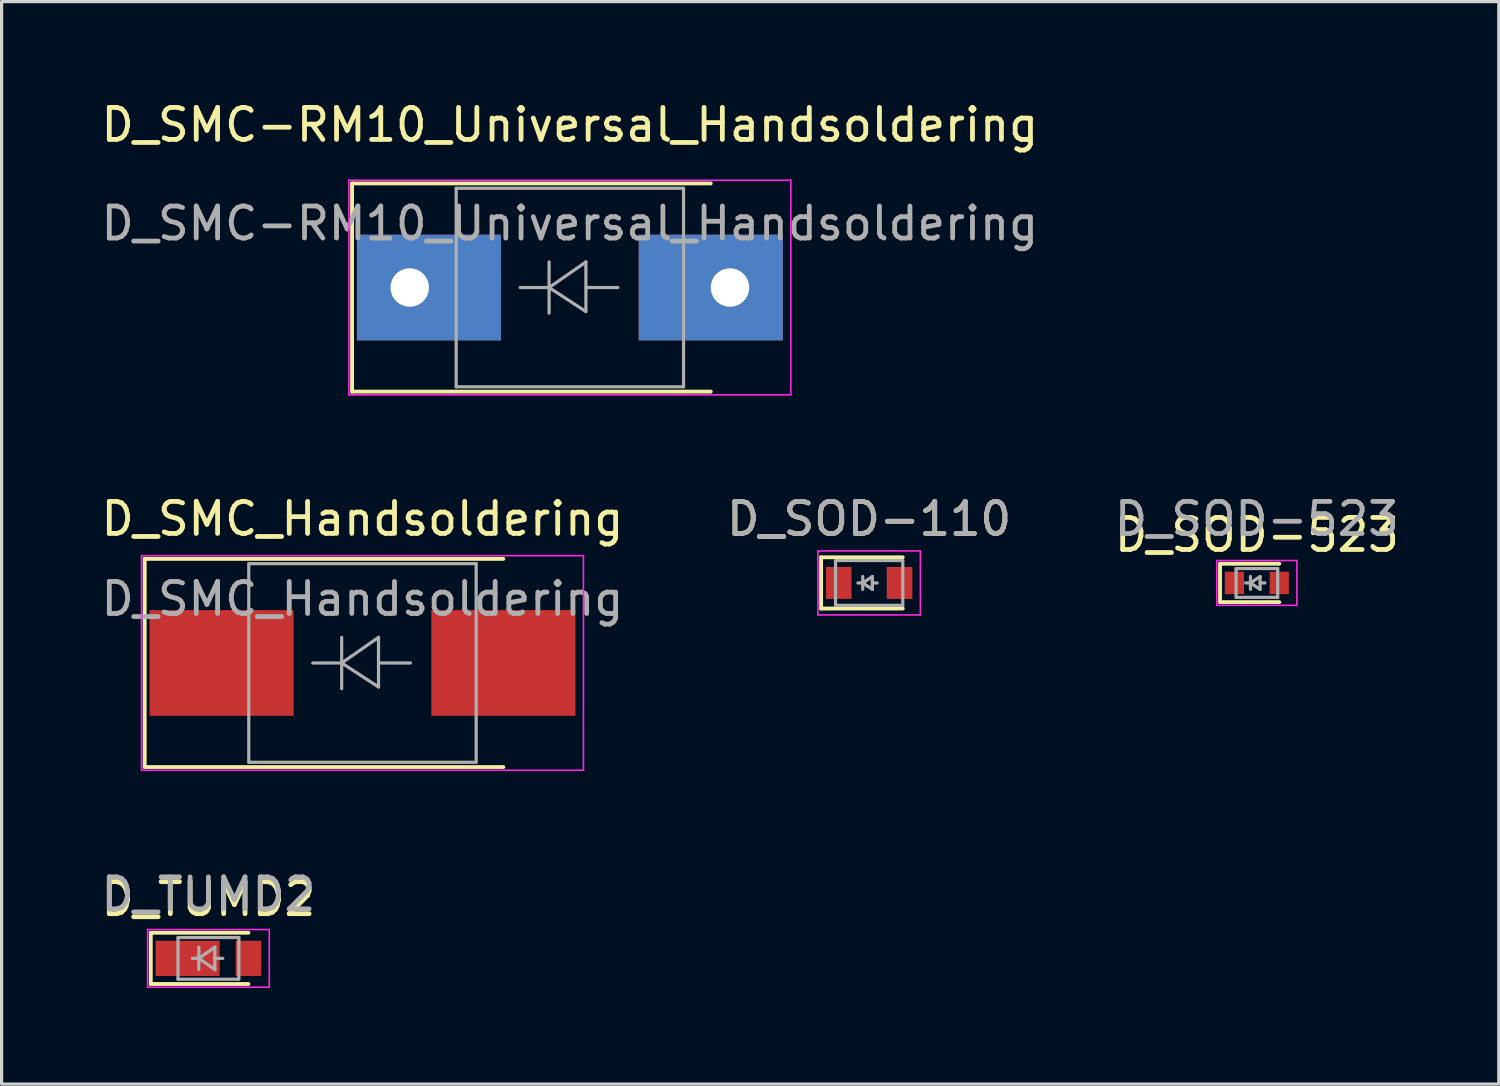
<source format=kicad_pcb>
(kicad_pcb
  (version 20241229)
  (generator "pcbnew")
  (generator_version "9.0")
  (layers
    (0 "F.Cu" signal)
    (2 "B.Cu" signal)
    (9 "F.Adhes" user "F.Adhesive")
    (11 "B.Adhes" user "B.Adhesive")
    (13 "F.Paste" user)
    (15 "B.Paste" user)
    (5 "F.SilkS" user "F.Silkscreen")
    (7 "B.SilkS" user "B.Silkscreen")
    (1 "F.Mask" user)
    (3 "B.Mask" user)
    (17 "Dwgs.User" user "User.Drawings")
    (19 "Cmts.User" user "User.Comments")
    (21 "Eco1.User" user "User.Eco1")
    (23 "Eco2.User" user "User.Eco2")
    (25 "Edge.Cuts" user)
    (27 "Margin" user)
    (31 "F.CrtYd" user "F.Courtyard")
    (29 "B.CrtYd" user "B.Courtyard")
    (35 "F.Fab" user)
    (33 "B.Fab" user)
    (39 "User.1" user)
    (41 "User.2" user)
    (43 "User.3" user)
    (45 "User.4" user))
  (footprint "D_SMC_Handsoldering"
    (layer "F.Cu")
    (at 8.268 17.651)
    (property "Reference" "D_SMC_Handsoldering" (at 0 -4.5 0) (layer "F.SilkS") (effects (font (size 1 1) (thickness 0.15))))
    (attr smd)
    (fp_line (start -6.8 -3.25) (end 4.4 -3.25) (stroke (width 0.12) (type solid)) (layer "F.SilkS"))
    (fp_line (start -6.8 3.25) (end -6.8 -3.25) (stroke (width 0.12) (type solid)) (layer "F.SilkS"))
    (fp_line (start -6.8 3.25) (end 4.4 3.25) (stroke (width 0.12) (type solid)) (layer "F.SilkS"))
    (fp_line (start -6.9 -3.35) (end 6.9 -3.35) (stroke (width 0.05) (type solid)) (layer "F.CrtYd"))
    (fp_line (start -6.9 3.35) (end -6.9 -3.35) (stroke (width 0.05) (type solid)) (layer "F.CrtYd"))
    (fp_line (start 6.9 -3.35) (end 6.9 3.35) (stroke (width 0.05) (type solid)) (layer "F.CrtYd"))
    (fp_line (start 6.9 3.35) (end -6.9 3.35) (stroke (width 0.05) (type solid)) (layer "F.CrtYd"))
    (fp_line (start -3.55 3.1) (end -3.55 -3.1) (stroke (width 0.1) (type solid)) (layer "F.Fab"))
    (fp_line (start -0.649 -0.799) (end -0.649 0.801) (stroke (width 0.1) (type solid)) (layer "F.Fab"))
    (fp_line (start -0.649 0.001) (end -1.551 0.001) (stroke (width 0.1) (type solid)) (layer "F.Fab"))
    (fp_line (start -0.649 0.001) (end 0.501 -0.799) (stroke (width 0.1) (type solid)) (layer "F.Fab"))
    (fp_line (start -0.649 0.001) (end 0.501 0.75) (stroke (width 0.1) (type solid)) (layer "F.Fab"))
    (fp_line (start 0.501 0.001) (end 1.499 0.001) (stroke (width 0.1) (type solid)) (layer "F.Fab"))
    (fp_line (start 0.501 0.75) (end 0.501 -0.799) (stroke (width 0.1) (type solid)) (layer "F.Fab"))
    (fp_line (start 3.55 -3.1) (end -3.55 -3.1) (stroke (width 0.1) (type solid)) (layer "F.Fab"))
    (fp_line (start 3.55 -3.1) (end 3.55 3.1) (stroke (width 0.1) (type solid)) (layer "F.Fab"))
    (fp_line (start 3.55 3.1) (end -3.55 3.1) (stroke (width 0.1) (type solid)) (layer "F.Fab"))
    (fp_text user "${REFERENCE}" (at 0 -2 0) (layer "F.Fab") (effects (font (size 1 1) (thickness 0.15))))
    (pad "1" smd rect (at -4.4 0 90) (size 3.3 4.5) (layers "F.Cu" "F.Mask" "F.Paste"))
    (pad "2" smd rect (at 4.4 0 90) (size 3.3 4.5) (layers "F.Cu" "F.Mask" "F.Paste")))
  (footprint "D_SMC-RM10_Universal_Handsoldering"
    (layer "F.Cu")
    (at 14.744 5.928)
    (property "Reference" "D_SMC-RM10_Universal_Handsoldering" (at 0 -5.08 0) (layer "F.SilkS") (effects (font (size 1 1) (thickness 0.15))))
    (attr through_hole)
    (fp_line (start -6.8 -3.25) (end 4.4 -3.25) (stroke (width 0.12) (type solid)) (layer "F.SilkS"))
    (fp_line (start -6.8 3.25) (end -6.8 -3.25) (stroke (width 0.12) (type solid)) (layer "F.SilkS"))
    (fp_line (start -6.8 3.25) (end 4.4 3.25) (stroke (width 0.12) (type solid)) (layer "F.SilkS"))
    (fp_line (start -6.9 -3.35) (end 6.9 -3.35) (stroke (width 0.05) (type solid)) (layer "F.CrtYd"))
    (fp_line (start -6.9 3.35) (end -6.9 -3.35) (stroke (width 0.05) (type solid)) (layer "F.CrtYd"))
    (fp_line (start 6.9 -3.35) (end 6.9 3.35) (stroke (width 0.05) (type solid)) (layer "F.CrtYd"))
    (fp_line (start 6.9 3.35) (end -6.9 3.35) (stroke (width 0.05) (type solid)) (layer "F.CrtYd"))
    (fp_line (start -3.55 3.1) (end -3.55 -3.1) (stroke (width 0.1) (type solid)) (layer "F.Fab"))
    (fp_line (start -0.649 -0.799) (end -0.649 0.801) (stroke (width 0.1) (type solid)) (layer "F.Fab"))
    (fp_line (start -0.649 0.001) (end -1.551 0.001) (stroke (width 0.1) (type solid)) (layer "F.Fab"))
    (fp_line (start -0.649 0.001) (end 0.501 -0.799) (stroke (width 0.1) (type solid)) (layer "F.Fab"))
    (fp_line (start -0.649 0.001) (end 0.501 0.75) (stroke (width 0.1) (type solid)) (layer "F.Fab"))
    (fp_line (start 0.501 0.001) (end 1.499 0.001) (stroke (width 0.1) (type solid)) (layer "F.Fab"))
    (fp_line (start 0.501 0.75) (end 0.501 -0.799) (stroke (width 0.1) (type solid)) (layer "F.Fab"))
    (fp_line (start 3.55 -3.1) (end -3.55 -3.1) (stroke (width 0.1) (type solid)) (layer "F.Fab"))
    (fp_line (start 3.55 -3.1) (end 3.55 3.1) (stroke (width 0.1) (type solid)) (layer "F.Fab"))
    (fp_line (start 3.55 3.1) (end -3.55 3.1) (stroke (width 0.1) (type solid)) (layer "F.Fab"))
    (fp_text user "${REFERENCE}" (at 0 -2 0) (layer "F.Fab") (effects (font (size 1 1) (thickness 0.15))))
    (pad "1" thru_hole rect (at -5 0) (size 4.5 3.3) (drill 1.2 (offset 0.6 0)) (layers "*.Cu" "*.Mask"))
    (pad "2" thru_hole rect (at 5 0 180) (size 4.5 3.3) (drill 1.2 (offset 0.6 0)) (layers "*.Cu" "*.Mask")))
  (footprint "D_SOD-110"
    (layer "F.Cu")
    (at 24.089 15.152)
    (property "Reference" "D_SOD-110" (at 0 -2 0) (layer "F.SilkS") (effects (font (size 1 1) (thickness 0.15))))
    (attr smd)
    (fp_line (start -1.5 -0.8) (end -1.5 0.8) (stroke (width 0.12) (type solid)) (layer "F.SilkS"))
    (fp_line (start -1.5 -0.8) (end 1.05 -0.8) (stroke (width 0.12) (type solid)) (layer "F.SilkS"))
    (fp_line (start -1.5 0.8) (end 1.05 0.8) (stroke (width 0.12) (type solid)) (layer "F.SilkS"))
    (fp_line (start -1.6 -1) (end -1.6 1) (stroke (width 0.05) (type solid)) (layer "F.CrtYd"))
    (fp_line (start -1.6 -1) (end 1.6 -1) (stroke (width 0.05) (type solid)) (layer "F.CrtYd"))
    (fp_line (start 1.6 -1) (end 1.6 1) (stroke (width 0.05) (type solid)) (layer "F.CrtYd"))
    (fp_line (start 1.6 1) (end -1.6 1) (stroke (width 0.05) (type solid)) (layer "F.CrtYd"))
    (fp_line (start -1.05 -0.7) (end -1.05 0.7) (stroke (width 0.1) (type solid)) (layer "F.Fab"))
    (fp_line (start -1.05 0.7) (end 1.05 0.7) (stroke (width 0.1) (type solid)) (layer "F.Fab"))
    (fp_line (start -0.2 0) (end -0.35 0) (stroke (width 0.1) (type solid)) (layer "F.Fab"))
    (fp_line (start -0.2 0) (end 0.1 0.2) (stroke (width 0.1) (type solid)) (layer "F.Fab"))
    (fp_line (start -0.2 0.2) (end -0.2 -0.2) (stroke (width 0.1) (type solid)) (layer "F.Fab"))
    (fp_line (start 0.1 -0.2) (end -0.2 0) (stroke (width 0.1) (type solid)) (layer "F.Fab"))
    (fp_line (start 0.1 0) (end 0.25 0) (stroke (width 0.1) (type solid)) (layer "F.Fab"))
    (fp_line (start 0.1 0.2) (end 0.1 -0.2) (stroke (width 0.1) (type solid)) (layer "F.Fab"))
    (fp_line (start 1.05 -0.7) (end -1.05 -0.7) (stroke (width 0.1) (type solid)) (layer "F.Fab"))
    (fp_line (start 1.05 0.7) (end 1.05 -0.7) (stroke (width 0.1) (type solid)) (layer "F.Fab"))
    (fp_text user "${REFERENCE}" (at 0 -2 0) (layer "F.Fab") (effects (font (size 1 1) (thickness 0.15))))
    (pad "1" smd rect (at -0.95 0) (size 0.8 1) (layers "F.Cu" "F.Mask" "F.Paste"))
    (pad "2" smd rect (at 0.95 0) (size 0.8 1) (layers "F.Cu" "F.Mask" "F.Paste")))
  (footprint "D_TUMD2"
    (layer "F.Cu")
    (at 3.458 26.875)
    (property "Reference" "D_TUMD2" (at 0 -1.85 0) (layer "F.SilkS") (effects (font (size 1 1) (thickness 0.15))))
    (attr smd)
    (fp_line (start -1.8 -0.8) (end 1.25 -0.8) (stroke (width 0.12) (type solid)) (layer "F.SilkS"))
    (fp_line (start -1.8 0.8) (end -1.8 -0.8) (stroke (width 0.12) (type solid)) (layer "F.SilkS"))
    (fp_line (start 1.25 0.8) (end -1.8 0.8) (stroke (width 0.12) (type solid)) (layer "F.SilkS"))
    (fp_line (start -1.9 -0.9) (end 1.9 -0.9) (stroke (width 0.05) (type solid)) (layer "F.CrtYd"))
    (fp_line (start -1.9 0.9) (end -1.9 -0.9) (stroke (width 0.05) (type solid)) (layer "F.CrtYd"))
    (fp_line (start 1.9 -0.9) (end 1.9 0.9) (stroke (width 0.05) (type solid)) (layer "F.CrtYd"))
    (fp_line (start 1.9 0.9) (end -1.9 0.9) (stroke (width 0.05) (type solid)) (layer "F.CrtYd"))
    (fp_line (start -0.95 -0.65) (end 0.95 -0.65) (stroke (width 0.1) (type solid)) (layer "F.Fab"))
    (fp_line (start -0.95 0.65) (end -0.95 -0.65) (stroke (width 0.1) (type solid)) (layer "F.Fab"))
    (fp_line (start -0.3 -0.35) (end -0.3 0.35) (stroke (width 0.1) (type solid)) (layer "F.Fab"))
    (fp_line (start -0.3 0) (end -0.5 0) (stroke (width 0.1) (type solid)) (layer "F.Fab"))
    (fp_line (start -0.3 0) (end 0.2 -0.35) (stroke (width 0.1) (type solid)) (layer "F.Fab"))
    (fp_line (start 0.2 -0.35) (end 0.2 0.35) (stroke (width 0.1) (type solid)) (layer "F.Fab"))
    (fp_line (start 0.2 0) (end 0.45 0) (stroke (width 0.1) (type solid)) (layer "F.Fab"))
    (fp_line (start 0.2 0.35) (end -0.3 0) (stroke (width 0.1) (type solid)) (layer "F.Fab"))
    (fp_line (start 0.95 -0.65) (end 0.95 0.65) (stroke (width 0.1) (type solid)) (layer "F.Fab"))
    (fp_line (start 0.95 0.65) (end -0.95 0.65) (stroke (width 0.1) (type solid)) (layer "F.Fab"))
    (fp_text user "${REFERENCE}" (at 0 -2 0) (layer "F.Fab") (effects (font (size 1 1) (thickness 0.15))))
    (pad "1" smd rect (at -0.65 0 180) (size 2 1.1) (layers "F.Cu" "F.Mask" "F.Paste"))
    (pad "2" smd rect (at 1.25 0 180) (size 0.8 1.1) (layers "F.Cu" "F.Mask" "F.Paste")))
  (footprint "D_SOD-523"
    (layer "F.Cu")
    (at 36.196 15.152)
    (property "Reference" "D_SOD-523" (at 0 -1.5 0) (layer "F.SilkS") (effects (font (size 1 1) (thickness 0.15))))
    (attr smd)
    (fp_line (start -1.15 -0.6) (end -1.15 0.6) (stroke (width 0.12) (type solid)) (layer "F.SilkS"))
    (fp_line (start 0.7 -0.6) (end -1.15 -0.6) (stroke (width 0.12) (type solid)) (layer "F.SilkS"))
    (fp_line (start 0.7 0.6) (end -1.15 0.6) (stroke (width 0.12) (type solid)) (layer "F.SilkS"))
    (fp_line (start -1.25 -0.7) (end 1.25 -0.7) (stroke (width 0.05) (type solid)) (layer "F.CrtYd"))
    (fp_line (start -1.25 0.7) (end -1.25 -0.7) (stroke (width 0.05) (type solid)) (layer "F.CrtYd"))
    (fp_line (start 1.25 -0.7) (end 1.25 0.7) (stroke (width 0.05) (type solid)) (layer "F.CrtYd"))
    (fp_line (start 1.25 0.7) (end -1.25 0.7) (stroke (width 0.05) (type solid)) (layer "F.CrtYd"))
    (fp_line (start -0.65 -0.45) (end 0.65 -0.45) (stroke (width 0.1) (type solid)) (layer "F.Fab"))
    (fp_line (start -0.65 0.45) (end -0.65 -0.45) (stroke (width 0.1) (type solid)) (layer "F.Fab"))
    (fp_line (start -0.2 0) (end -0.35 0) (stroke (width 0.1) (type solid)) (layer "F.Fab"))
    (fp_line (start -0.2 0) (end 0.1 0.2) (stroke (width 0.1) (type solid)) (layer "F.Fab"))
    (fp_line (start -0.2 0.2) (end -0.2 -0.2) (stroke (width 0.1) (type solid)) (layer "F.Fab"))
    (fp_line (start 0.1 -0.2) (end -0.2 0) (stroke (width 0.1) (type solid)) (layer "F.Fab"))
    (fp_line (start 0.1 0) (end 0.25 0) (stroke (width 0.1) (type solid)) (layer "F.Fab"))
    (fp_line (start 0.1 0.2) (end 0.1 -0.2) (stroke (width 0.1) (type solid)) (layer "F.Fab"))
    (fp_line (start 0.65 -0.45) (end 0.65 0.45) (stroke (width 0.1) (type solid)) (layer "F.Fab"))
    (fp_line (start 0.65 0.45) (end -0.65 0.45) (stroke (width 0.1) (type solid)) (layer "F.Fab"))
    (fp_text user "${REFERENCE}" (at 0 -2 0) (layer "F.Fab") (effects (font (size 1 1) (thickness 0.15))))
    (pad "1" smd rect (at -0.7 0 180) (size 0.6 0.7) (layers "F.Cu" "F.Mask" "F.Paste"))
    (pad "2" smd rect (at 0.7 0 180) (size 0.6 0.7) (layers "F.Cu" "F.Mask" "F.Paste")))
  (gr_rect
    (start -3 -3)
    (end 43.75 30.8)
    (stroke (width 0.1) (type default))
    (fill no)
    (layer "Edge.Cuts")))
</source>
